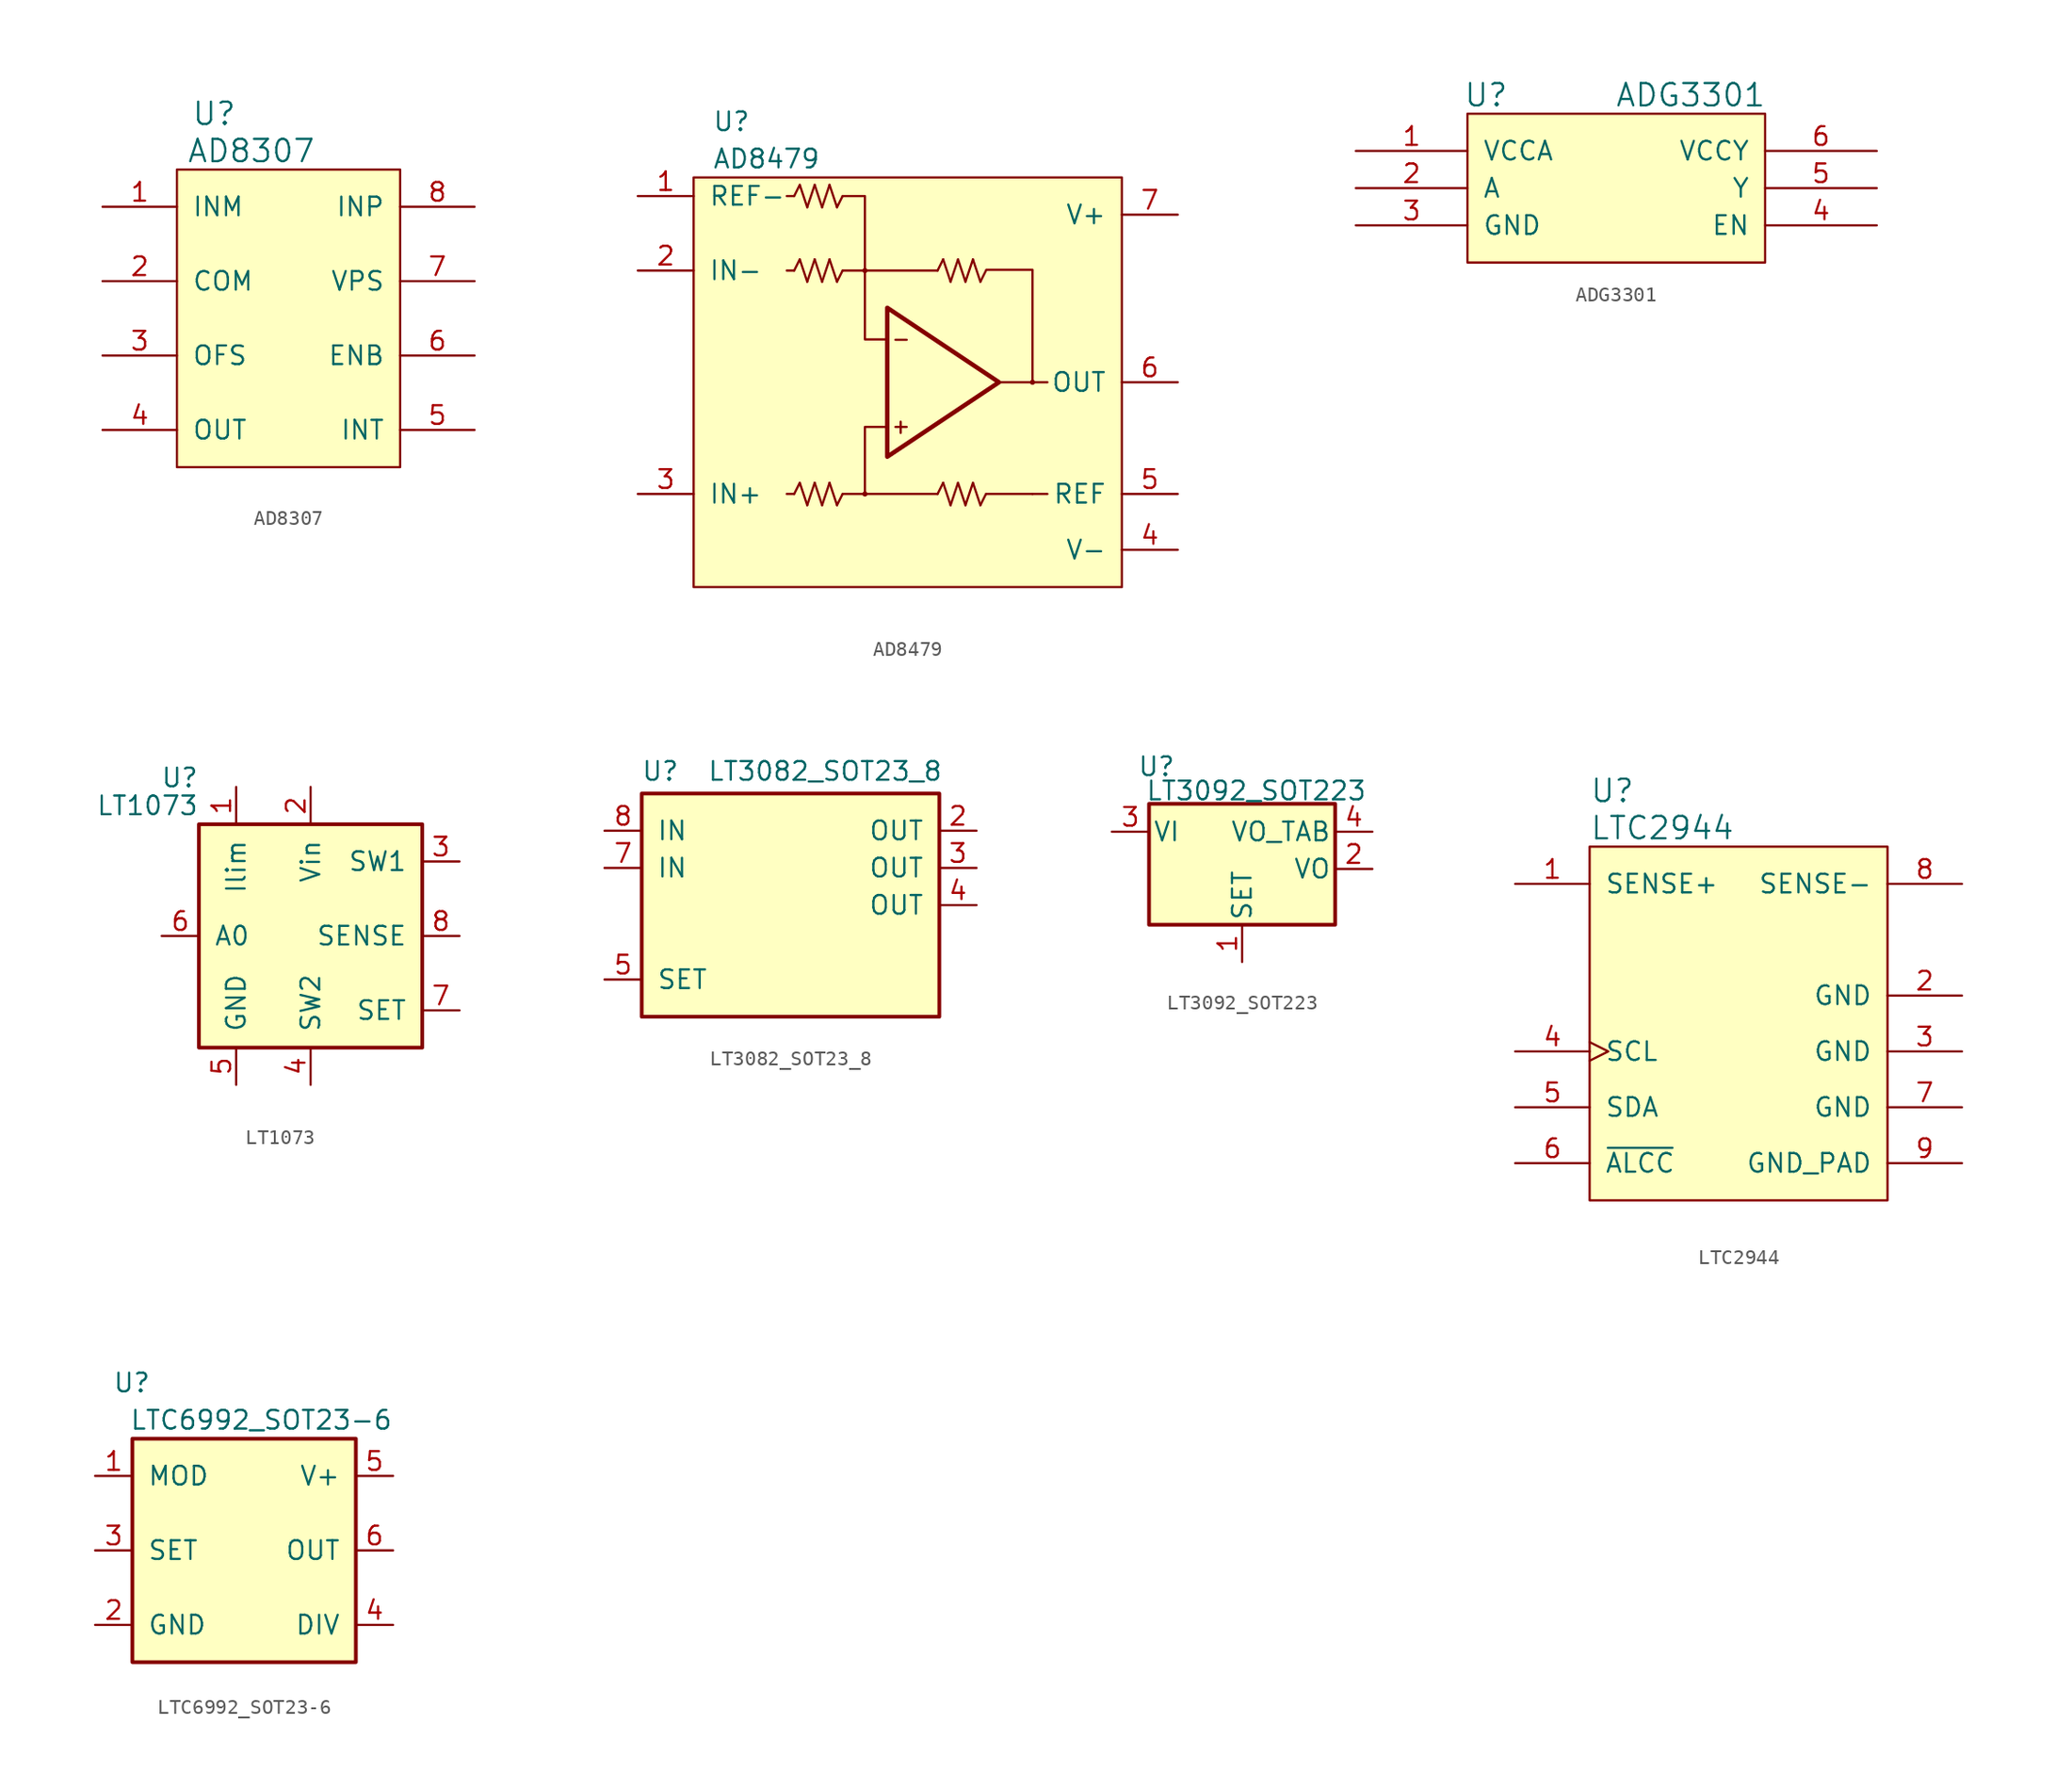
<source format=kicad_sym>
(kicad_symbol_lib
  (version 20220331)
  (generator kicad_symbol_editor)
  (symbol "AD8307"
    (pin_names
      (offset 1.016))
    (property "Reference" "U"
      (at -3.81 13.97 0)
      (effects (font (size 1.524 1.524))))
    (property "Value" "AD8307"
      (at -1.27 11.43 0)
      (effects (font (size 1.524 1.524))))
    (property "Footprint" ""
      (at 1.27 10.16 0)
      (effects (font (size 1.524 1.524))))
    (property "Datasheet" ""
      (at 1.27 10.16 0)
      (effects (font (size 1.524 1.524))))
    (symbol "AD8307_0_1"
      (rectangle (start -6.35 10.16) (end 8.89 -10.16) (stroke (width 0) (type default)) (fill (type background))))
    (symbol "AD8307_1_1"
      (pin input line (at -11.43 7.62 0) (length 5.08) (name "INM" (effects (font (size 1.27 1.27)))) (number "1" (effects (font (size 1.27 1.27)))))
      (pin power_in line (at -11.43 2.54 0) (length 5.08) (name "COM" (effects (font (size 1.27 1.27)))) (number "2" (effects (font (size 1.27 1.27)))))
      (pin input line (at -11.43 -2.54 0) (length 5.08) (name "OFS" (effects (font (size 1.27 1.27)))) (number "3" (effects (font (size 1.27 1.27)))))
      (pin output line (at -11.43 -7.62 0) (length 5.08) (name "OUT" (effects (font (size 1.27 1.27)))) (number "4" (effects (font (size 1.27 1.27)))))
      (pin input line (at 13.97 -7.62 180) (length 5.08) (name "INT" (effects (font (size 1.27 1.27)))) (number "5" (effects (font (size 1.27 1.27)))))
      (pin input line (at 13.97 -2.54 180) (length 5.08) (name "ENB" (effects (font (size 1.27 1.27)))) (number "6" (effects (font (size 1.27 1.27)))))
      (pin input line (at 13.97 2.54 180) (length 5.08) (name "VPS" (effects (font (size 1.27 1.27)))) (number "7" (effects (font (size 1.27 1.27)))))
      (pin input line (at 13.97 7.62 180) (length 5.08) (name "INP" (effects (font (size 1.27 1.27)))) (number "8" (effects (font (size 1.27 1.27)))))))
  (symbol "AD8479"
    (pin_names
      (offset 1.016))
    (property "Reference" "U"
      (at -13.97 17.78 0)
      (effects (font (size 1.27 1.27)) (justify left)))
    (property "Value" "AD8479"
      (at -13.97 15.24 0)
      (effects (font (size 1.27 1.27)) (justify left)))
    (symbol "AD8479_0_1"
      (rectangle (start -15.24 13.97) (end 13.97 -13.97) (stroke (width 0) (type default)) (fill (type background)))
      (circle (center -3.556 -7.62) (radius 0.102) (stroke (width 0.152) (type default)) (fill (type none)))
      (circle (center -3.556 7.62) (radius 0.102) (stroke (width 0.152) (type default)) (fill (type none)))
      (polyline (pts (xy -8.89 -7.62) (xy -8.382 -7.62)) (stroke (width 0.152) (type default)) (fill (type none)))
      (polyline (pts (xy -8.89 7.62) (xy -8.382 7.62)) (stroke (width 0.152) (type default)) (fill (type none)))
      (polyline (pts (xy -8.89 12.7) (xy -8.382 12.7)) (stroke (width 0.152) (type default)) (fill (type none)))
      (polyline (pts (xy -8.382 -7.62) (xy -8.001 -6.858)) (stroke (width 0.152) (type default)) (fill (type none)))
      (polyline (pts (xy -8.382 7.62) (xy -8.001 8.382)) (stroke (width 0.152) (type default)) (fill (type none)))
      (polyline (pts (xy -8.382 12.7) (xy -8.001 13.462)) (stroke (width 0.152) (type default)) (fill (type none)))
      (polyline (pts (xy -8.001 -6.858) (xy -7.493 -8.382)) (stroke (width 0.152) (type default)) (fill (type none)))
      (polyline (pts (xy -8.001 8.382) (xy -7.493 6.858)) (stroke (width 0.152) (type default)) (fill (type none)))
      (polyline (pts (xy -8.001 13.462) (xy -7.493 11.938)) (stroke (width 0.152) (type default)) (fill (type none)))
      (polyline (pts (xy -7.493 -8.382) (xy -6.985 -6.858)) (stroke (width 0.152) (type default)) (fill (type none)))
      (polyline (pts (xy -7.493 6.858) (xy -6.985 8.382)) (stroke (width 0.152) (type default)) (fill (type none)))
      (polyline (pts (xy -7.493 11.938) (xy -6.985 13.462)) (stroke (width 0.152) (type default)) (fill (type none)))
      (polyline (pts (xy -6.985 -6.858) (xy -6.477 -8.382)) (stroke (width 0.152) (type default)) (fill (type none)))
      (polyline (pts (xy -6.985 8.382) (xy -6.477 6.858)) (stroke (width 0.152) (type default)) (fill (type none)))
      (polyline (pts (xy -6.985 13.462) (xy -6.477 11.938)) (stroke (width 0.152) (type default)) (fill (type none)))
      (polyline (pts (xy -6.477 -8.382) (xy -5.969 -6.858)) (stroke (width 0.152) (type default)) (fill (type none)))
      (polyline (pts (xy -6.477 6.858) (xy -5.969 8.382)) (stroke (width 0.152) (type default)) (fill (type none)))
      (polyline (pts (xy -6.477 11.938) (xy -5.969 13.462)) (stroke (width 0.152) (type default)) (fill (type none)))
      (polyline (pts (xy -5.969 -6.858) (xy -5.461 -8.382)) (stroke (width 0.152) (type default)) (fill (type none)))
      (polyline (pts (xy -5.969 8.382) (xy -5.461 6.858)) (stroke (width 0.152) (type default)) (fill (type none)))
      (polyline (pts (xy -5.969 13.462) (xy -5.461 11.938)) (stroke (width 0.152) (type default)) (fill (type none)))
      (polyline (pts (xy -5.461 -8.382) (xy -5.08 -7.62)) (stroke (width 0.152) (type default)) (fill (type none)))
      (polyline (pts (xy -5.461 6.858) (xy -5.08 7.62)) (stroke (width 0.152) (type default)) (fill (type none)))
      (polyline (pts (xy -5.461 11.938) (xy -5.08 12.7)) (stroke (width 0.152) (type default)) (fill (type none)))
      (polyline (pts (xy -5.08 -7.62) (xy 1.397 -7.62)) (stroke (width 0.152) (type default)) (fill (type none)))
      (polyline (pts (xy -5.08 7.62) (xy 1.397 7.62)) (stroke (width 0.152) (type default)) (fill (type none)))
      (polyline (pts (xy -1.473 -3.048) (xy -0.711 -3.048)) (stroke (width 0.152) (type default)) (fill (type none)))
      (polyline (pts (xy -1.473 2.896) (xy -0.711 2.896)) (stroke (width 0.152) (type default)) (fill (type none)))
      (polyline (pts (xy -1.118 -3.454) (xy -1.118 -2.692)) (stroke (width 0.152) (type default)) (fill (type none)))
      (polyline (pts (xy 1.397 -7.62) (xy 1.778 -6.858)) (stroke (width 0.152) (type default)) (fill (type none)))
      (polyline (pts (xy 1.397 7.62) (xy 1.778 8.382)) (stroke (width 0.152) (type default)) (fill (type none)))
      (polyline (pts (xy 1.778 -6.858) (xy 2.286 -8.382)) (stroke (width 0.152) (type default)) (fill (type none)))
      (polyline (pts (xy 1.778 8.382) (xy 2.286 6.858)) (stroke (width 0.152) (type default)) (fill (type none)))
      (polyline (pts (xy 2.286 -8.382) (xy 2.794 -6.858)) (stroke (width 0.152) (type default)) (fill (type none)))
      (polyline (pts (xy 2.286 6.858) (xy 2.794 8.382)) (stroke (width 0.152) (type default)) (fill (type none)))
      (polyline (pts (xy 2.794 -6.858) (xy 3.302 -8.382)) (stroke (width 0.152) (type default)) (fill (type none)))
      (polyline (pts (xy 2.794 8.382) (xy 3.302 6.858)) (stroke (width 0.152) (type default)) (fill (type none)))
      (polyline (pts (xy 3.302 -8.382) (xy 3.81 -6.858)) (stroke (width 0.152) (type default)) (fill (type none)))
      (polyline (pts (xy 3.302 6.858) (xy 3.81 8.382)) (stroke (width 0.152) (type default)) (fill (type none)))
      (polyline (pts (xy 3.81 -6.858) (xy 4.318 -8.382)) (stroke (width 0.152) (type default)) (fill (type none)))
      (polyline (pts (xy 3.81 8.382) (xy 4.318 6.858)) (stroke (width 0.152) (type default)) (fill (type none)))
      (polyline (pts (xy 4.318 -8.382) (xy 4.699 -7.62)) (stroke (width 0.152) (type default)) (fill (type none)))
      (polyline (pts (xy 4.318 6.858) (xy 4.699 7.62)) (stroke (width 0.152) (type default)) (fill (type none)))
      (polyline (pts (xy 4.724 -7.62) (xy 7.874 -7.62)) (stroke (width 0.152) (type default)) (fill (type none)))
      (polyline (pts (xy 4.724 7.671) (xy 7.874 7.671)) (stroke (width 0.152) (type default)) (fill (type none)))
      (polyline (pts (xy 5.537 0) (xy 7.823 0)) (stroke (width 0.152) (type default)) (fill (type none)))
      (polyline (pts (xy 7.874 -7.62) (xy 8.89 -7.62)) (stroke (width 0.152) (type default)) (fill (type none)))
      (polyline (pts (xy 7.874 0) (xy 7.874 7.62)) (stroke (width 0.152) (type default)) (fill (type none)))
      (polyline (pts (xy 7.874 0) (xy 8.89 0)) (stroke (width 0.152) (type default)) (fill (type none)))
      (polyline (pts (xy -3.556 -7.62) (xy -3.556 -3.048) (xy -2.032 -3.048)) (stroke (width 0.152) (type default)) (fill (type none)))
      (polyline (pts (xy -3.556 7.62) (xy -3.556 2.921) (xy -2.032 2.921)) (stroke (width 0.152) (type default)) (fill (type none)))
      (polyline (pts (xy -3.556 7.62) (xy -3.556 12.7) (xy -5.08 12.7)) (stroke (width 0.152) (type default)) (fill (type none)))
      (polyline (pts (xy -2.032 -5.08) (xy -2.032 5.08) (xy 5.588 0) (xy -2.032 -5.08)) (stroke (width 0.3) (type default)) (fill (type none)))
      (circle (center 7.874 0) (radius 0.102) (stroke (width 0.152) (type default)) (fill (type none))))
    (symbol "AD8479_1_1"
      (pin passive line (at -19.05 12.7 0) (length 3.81) (name "REF-" (effects (font (size 1.27 1.27)))) (number "1" (effects (font (size 1.27 1.27)))))
      (pin passive line (at -19.05 7.62 0) (length 3.81) (name "IN-" (effects (font (size 1.27 1.27)))) (number "2" (effects (font (size 1.27 1.27)))))
      (pin passive line (at -19.05 -7.62 0) (length 3.81) (name "IN+" (effects (font (size 1.27 1.27)))) (number "3" (effects (font (size 1.27 1.27)))))
      (pin power_in line (at 17.78 -11.43 180) (length 3.81) (name "V-" (effects (font (size 1.27 1.27)))) (number "4" (effects (font (size 1.27 1.27)))))
      (pin passive line (at 17.78 -7.62 180) (length 3.81) (name "REF" (effects (font (size 1.27 1.27)))) (number "5" (effects (font (size 1.27 1.27)))))
      (pin output line (at 17.78 0 180) (length 3.81) (name "OUT" (effects (font (size 1.27 1.27)))) (number "6" (effects (font (size 1.27 1.27)))))
      (pin power_in line (at 17.78 11.43 180) (length 3.81) (name "V+" (effects (font (size 1.27 1.27)))) (number "7" (effects (font (size 1.27 1.27)))))
      (pin no_connect line (at -19.05 -11.43 0) (length 3.81) hide (name "NC" (effects (font (size 1.27 1.27)))) (number "8" (effects (font (size 1.27 1.27)))))))
  (symbol "ADG3301"
    (pin_names
      (offset 1.016))
    (property "Reference" "U"
      (at -8.89 6.35 0)
      (effects (font (size 1.524 1.524))))
    (property "Value" "ADG3301"
      (at 5.08 6.35 0)
      (effects (font (size 1.524 1.524))))
    (property "Footprint" ""
      (at 0 0 0)
      (effects (font (size 1.524 1.524))))
    (property "Datasheet" ""
      (at 0 0 0)
      (effects (font (size 1.524 1.524))))
    (symbol "ADG3301_0_1"
      (rectangle (start -10.16 5.08) (end 10.16 -5.08) (stroke (width 0) (type default)) (fill (type background))))
    (symbol "ADG3301_1_1"
      (pin power_in line (at -17.78 2.54 0) (length 7.62) (name "VCCA" (effects (font (size 1.27 1.27)))) (number "1" (effects (font (size 1.27 1.27)))))
      (pin tri_state line (at -17.78 0 0) (length 7.62) (name "A" (effects (font (size 1.27 1.27)))) (number "2" (effects (font (size 1.27 1.27)))))
      (pin passive line (at -17.78 -2.54 0) (length 7.62) (name "GND" (effects (font (size 1.27 1.27)))) (number "3" (effects (font (size 1.27 1.27)))))
      (pin input line (at 17.78 -2.54 180) (length 7.62) (name "EN" (effects (font (size 1.27 1.27)))) (number "4" (effects (font (size 1.27 1.27)))))
      (pin tri_state line (at 17.78 0 180) (length 7.62) (name "Y" (effects (font (size 1.27 1.27)))) (number "5" (effects (font (size 1.27 1.27)))))
      (pin power_in line (at 17.78 2.54 180) (length 7.62) (name "VCCY" (effects (font (size 1.27 1.27)))) (number "6" (effects (font (size 1.27 1.27)))))))
  (symbol "LT1073"
    (pin_names
      (offset 1.016))
    (property "Reference" "U"
      (at -7.62 10.795 0)
      (effects (font (size 1.27 1.27)) (justify right)))
    (property "Value" "LT1073"
      (at -7.62 8.89 0)
      (effects (font (size 1.27 1.27)) (justify right)))
    (symbol "LT1073_0_1"
      (rectangle (start -7.62 7.62) (end 7.62 -7.62) (stroke (width 0.254) (type default)) (fill (type background))))
    (symbol "LT1073_1_1"
      (pin input line (at -5.08 10.16 270) (length 2.54) (name "Ilim" (effects (font (size 1.27 1.27)))) (number "1" (effects (font (size 1.27 1.27)))))
      (pin power_in line (at 0 10.16 270) (length 2.54) (name "Vin" (effects (font (size 1.27 1.27)))) (number "2" (effects (font (size 1.27 1.27)))))
      (pin input line (at 10.16 5.08 180) (length 2.54) (name "SW1" (effects (font (size 1.27 1.27)))) (number "3" (effects (font (size 1.27 1.27)))))
      (pin input line (at 0 -10.16 90) (length 2.54) (name "SW2" (effects (font (size 1.27 1.27)))) (number "4" (effects (font (size 1.27 1.27)))))
      (pin power_in line (at -5.08 -10.16 90) (length 2.54) (name "GND" (effects (font (size 1.27 1.27)))) (number "5" (effects (font (size 1.27 1.27)))))
      (pin output line (at -10.16 0 0) (length 2.54) (name "A0" (effects (font (size 1.27 1.27)))) (number "6" (effects (font (size 1.27 1.27)))))
      (pin input line (at 10.16 -5.08 180) (length 2.54) (name "SET" (effects (font (size 1.27 1.27)))) (number "7" (effects (font (size 1.27 1.27)))))
      (pin input line (at 10.16 0 180) (length 2.54) (name "SENSE" (effects (font (size 1.27 1.27)))) (number "8" (effects (font (size 1.27 1.27)))))))
  (symbol "LT3082_SOT23_8"
    (pin_names
      (offset 1.016))
    (property "Reference" "U"
      (at -8.89 9.144 0)
      (effects (font (size 1.27 1.27))))
    (property "Value" "LT3082_SOT23_8"
      (at 10.414 9.144 0)
      (effects (font (size 1.27 1.27)) (justify right)))
    (symbol "LT3082_SOT23_8_0_1"
      (rectangle (start -10.16 7.62) (end 10.16 -7.62) (stroke (width 0.254) (type default)) (fill (type background))))
    (symbol "LT3082_SOT23_8_1_1"
      (pin power_out line (at 12.7 5.08 180) (length 2.54) (name "OUT" (effects (font (size 1.27 1.27)))) (number "2" (effects (font (size 1.27 1.27)))))
      (pin power_out line (at 12.7 2.54 180) (length 2.54) (name "OUT" (effects (font (size 1.27 1.27)))) (number "3" (effects (font (size 1.27 1.27)))))
      (pin power_out line (at 12.7 0 180) (length 2.54) (name "OUT" (effects (font (size 1.27 1.27)))) (number "4" (effects (font (size 1.27 1.27)))))
      (pin input line (at -12.7 -5.08 0) (length 2.54) (name "SET" (effects (font (size 1.27 1.27)))) (number "5" (effects (font (size 1.27 1.27)))))
      (pin no_connect line (at -10.16 0 0) (length 2.54) hide (name "NC" (effects (font (size 1.27 1.27)))) (number "6" (effects (font (size 1.27 1.27)))))
      (pin power_in line (at -12.7 2.54 0) (length 2.54) (name "IN" (effects (font (size 1.27 1.27)))) (number "7" (effects (font (size 1.27 1.27)))))
      (pin power_in line (at -12.7 5.08 0) (length 2.54) (name "IN" (effects (font (size 1.27 1.27)))) (number "8" (effects (font (size 1.27 1.27)))))))
  (symbol "LT3092_SOT223"
    (pin_names
      (offset 0.254))
    (property "Reference" "U"
      (at -5.842 4.445 0)
      (effects (font (size 1.27 1.27))))
    (property "Value" "LT3092_SOT223"
      (at -6.604 2.794 0)
      (effects (font (size 1.27 1.27)) (justify left)))
    (symbol "LT3092_SOT223_0_1"
      (rectangle (start -6.35 1.905) (end 6.35 -6.35) (stroke (width 0.254) (type default)) (fill (type background))))
    (symbol "LT3092_SOT223_1_1"
      (pin input line (at 0 -8.89 90) (length 2.54) (name "SET" (effects (font (size 1.27 1.27)))) (number "1" (effects (font (size 1.27 1.27)))))
      (pin power_out line (at 8.89 -2.54 180) (length 2.54) (name "VO" (effects (font (size 1.27 1.27)))) (number "2" (effects (font (size 1.27 1.27)))))
      (pin power_in line (at -8.89 0 0) (length 2.54) (name "VI" (effects (font (size 1.27 1.27)))) (number "3" (effects (font (size 1.27 1.27)))))
      (pin passive line (at 8.89 0 180) (length 2.54) (name "VO_TAB" (effects (font (size 1.27 1.27)))) (number "4" (effects (font (size 1.27 1.27)))))))
  (symbol "LTC2944"
    (pin_names
      (offset 1.016))
    (property "Reference" "U"
      (at -10.16 13.97 0)
      (effects (font (size 1.524 1.524)) (justify left)))
    (property "Value" "LTC2944"
      (at -10.16 11.43 0)
      (effects (font (size 1.524 1.524)) (justify left)))
    (symbol "LTC2944_0_1"
      (rectangle (start 10.16 -13.97) (end -10.16 10.16) (stroke (width 0) (type default)) (fill (type background))))
    (symbol "LTC2944_1_1"
      (pin power_in line (at -15.24 7.62 0) (length 5.08) (name "SENSE+" (effects (font (size 1.27 1.27)))) (number "1" (effects (font (size 1.27 1.27)))))
      (pin power_in line (at 15.24 0 180) (length 5.08) (name "GND" (effects (font (size 1.27 1.27)))) (number "2" (effects (font (size 1.27 1.27)))))
      (pin power_in line (at 15.24 -3.81 180) (length 5.08) (name "GND" (effects (font (size 1.27 1.27)))) (number "3" (effects (font (size 1.27 1.27)))))
      (pin input clock (at -15.24 -3.81 0) (length 5.08) (name "SCL" (effects (font (size 1.27 1.27)))) (number "4" (effects (font (size 1.27 1.27)))))
      (pin bidirectional line (at -15.24 -7.62 0) (length 5.08) (name "SDA" (effects (font (size 1.27 1.27)))) (number "5" (effects (font (size 1.27 1.27)))))
      (pin output line (at -15.24 -11.43 0) (length 5.08) (name "~{ALCC}" (effects (font (size 1.27 1.27)))) (number "6" (effects (font (size 1.27 1.27)))))
      (pin power_in line (at 15.24 -7.62 180) (length 5.08) (name "GND" (effects (font (size 1.27 1.27)))) (number "7" (effects (font (size 1.27 1.27)))))
      (pin power_out line (at 15.24 7.62 180) (length 5.08) (name "SENSE-" (effects (font (size 1.27 1.27)))) (number "8" (effects (font (size 1.27 1.27)))))
      (pin power_in line (at 15.24 -11.43 180) (length 5.08) (name "GND_PAD" (effects (font (size 1.27 1.27)))) (number "9" (effects (font (size 1.27 1.27)))))))
  (symbol "LTC6992_SOT23-6"
    (pin_names
      (offset 1.016))
    (property "Reference" "U"
      (at -6.35 11.43 0)
      (effects (font (size 1.27 1.27)) (justify right)))
    (property "Value" "LTC6992_SOT23-6"
      (at 10.16 8.89 0)
      (effects (font (size 1.27 1.27)) (justify right)))
    (symbol "LTC6992_SOT23-6_0_1"
      (rectangle (start -7.62 7.62) (end 7.62 -7.62) (stroke (width 0.254) (type default)) (fill (type background))))
    (symbol "LTC6992_SOT23-6_1_1"
      (pin input line (at -10.16 5.08 0) (length 2.54) (name "MOD" (effects (font (size 1.27 1.27)))) (number "1" (effects (font (size 1.27 1.27)))))
      (pin power_in line (at -10.16 -5.08 0) (length 2.54) (name "GND" (effects (font (size 1.27 1.27)))) (number "2" (effects (font (size 1.27 1.27)))))
      (pin input line (at -10.16 0 0) (length 2.54) (name "SET" (effects (font (size 1.27 1.27)))) (number "3" (effects (font (size 1.27 1.27)))))
      (pin input line (at 10.16 -5.08 180) (length 2.54) (name "DIV" (effects (font (size 1.27 1.27)))) (number "4" (effects (font (size 1.27 1.27)))))
      (pin power_in line (at 10.16 5.08 180) (length 2.54) (name "V+" (effects (font (size 1.27 1.27)))) (number "5" (effects (font (size 1.27 1.27)))))
      (pin output line (at 10.16 0 180) (length 2.54) (name "OUT" (effects (font (size 1.27 1.27)))) (number "6" (effects (font (size 1.27 1.27))))))))
</source>
